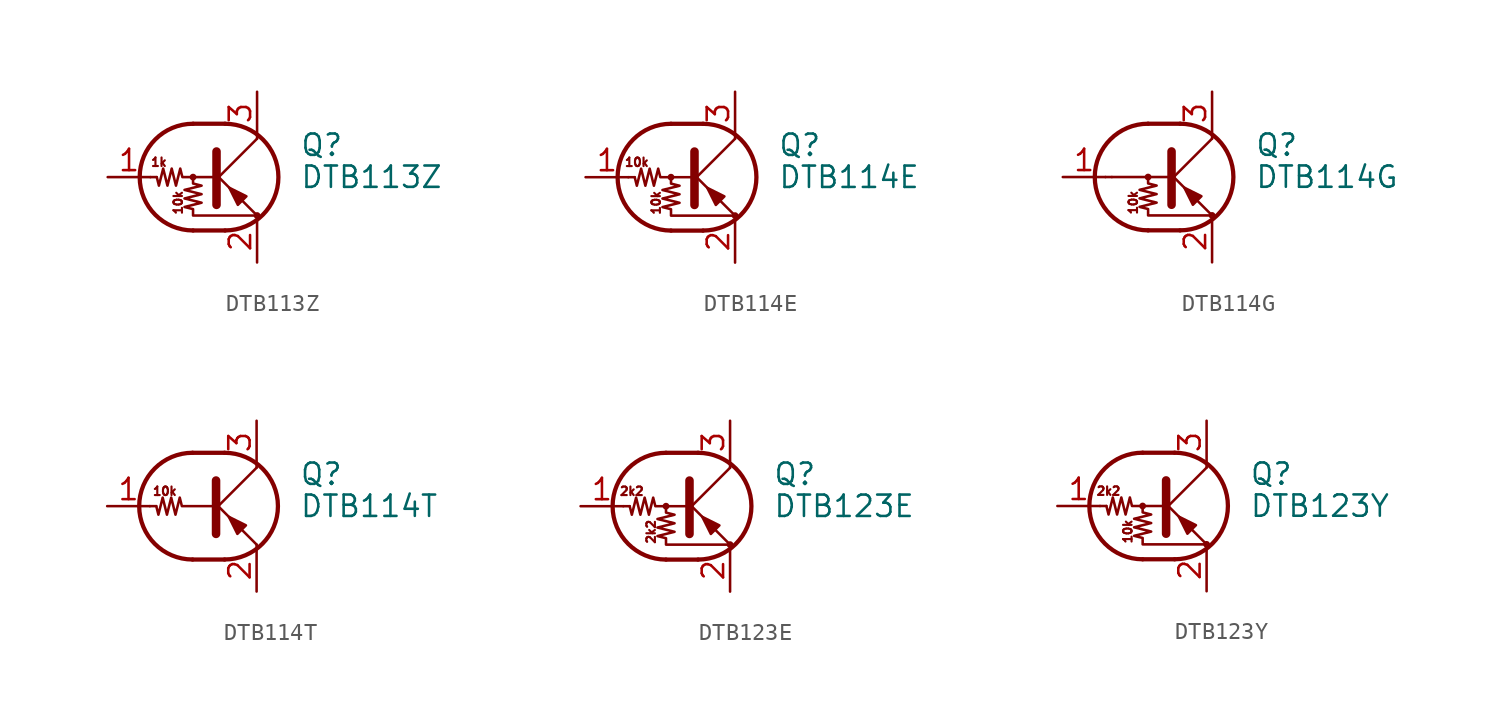
<source format=kicad_sym>
(kicad_symbol_lib
  (version 20220914)
  (generator kicad_symbol_editor)
  (symbol "DTB113Z"
    (pin_names
      (offset 0) hide)
    (property "Reference" "Q"
      (at 5.08 1.905 0)
      (effects (font (size 1.27 1.27)) (justify left)))
    (property "Value" "DTB113Z"
      (at 5.08 0 0)
      (effects (font (size 1.27 1.27)) (justify left)))
    (symbol "DTB113Z_0_0"
      (text "10k" (at -2.159 -1.524 900) (effects (font (size 0.508 0.508))))
      (text "1k" (at -3.302 0.889 0) (effects (font (size 0.508 0.508)))))
    (symbol "DTB113Z_0_1"
      (circle (center -1.27 0) (radius 0.127) (stroke (width 0) (type solid)) (fill (type none)))
      (arc (start -1.27 3.175) (mid -4.4312 0) (end -1.27 -3.175) (stroke (width 0.254) (type solid)) (fill (type none)))
      (polyline (pts (xy -3.429 0) (xy -3.81 0)) (stroke (width 0) (type solid)) (fill (type none)))
      (polyline (pts (xy -1.27 -3.175) (xy 0.635 -3.175)) (stroke (width 0.254) (type solid)) (fill (type none)))
      (polyline (pts (xy -1.27 3.175) (xy 0.635 3.175)) (stroke (width 0.254) (type solid)) (fill (type none)))
      (polyline (pts (xy 0 -0.254) (xy 2.54 2.286)) (stroke (width 0) (type solid)) (fill (type none)))
      (polyline (pts (xy 0.127 1.524) (xy 0.127 -1.651)) (stroke (width 0.508) (type solid)) (fill (type outline)))
      (polyline (pts (xy 2.54 2.286) (xy 2.54 2.54)) (stroke (width 0) (type solid)) (fill (type none)))
      (polyline (pts (xy 2.54 -2.286) (xy 0 0.254) (xy 0 0.254)) (stroke (width 0) (type solid)) (fill (type none)))
      (polyline (pts (xy 1.397 -1.651) (xy 1.905 -1.143) (xy 0.889 -0.635) (xy 1.397 -1.651)) (stroke (width 0) (type solid)) (fill (type outline)))
      (polyline (pts (xy 0 0) (xy -1.905 0) (xy -2.032 0.508) (xy -2.286 -0.508) (xy -2.54 0.508) (xy -2.794 -0.508) (xy -3.048 0.508) (xy -3.302 -0.508) (xy -3.429 0)) (stroke (width 0) (type solid)) (fill (type none)))
      (polyline (pts (xy -1.27 0) (xy -1.27 -0.381) (xy -0.762 -0.508) (xy -1.778 -0.762) (xy -0.762 -1.016) (xy -1.778 -1.27) (xy -0.762 -1.524) (xy -1.778 -1.778) (xy -1.27 -1.905) (xy -1.27 -2.286) (xy 2.54 -2.286)) (stroke (width 0) (type solid)) (fill (type none)))
      (arc (start 0.635 -3.175) (mid 3.7962 0) (end 0.635 3.175) (stroke (width 0.254) (type solid)) (fill (type none)))
      (circle (center 2.54 -2.286) (radius 0.127) (stroke (width 0) (type solid)) (fill (type none))))
    (symbol "DTB113Z_1_1"
      (pin input line (at -6.35 0 0) (length 2.54) (name "B" (effects (font (size 1.27 1.27)))) (number "1" (effects (font (size 1.27 1.27)))))
      (pin passive line (at 2.54 -5.08 90) (length 2.54) (name "E" (effects (font (size 1.27 1.27)))) (number "2" (effects (font (size 1.27 1.27)))))
      (pin passive line (at 2.54 5.08 270) (length 2.54) (name "C" (effects (font (size 1.27 1.27)))) (number "3" (effects (font (size 1.27 1.27)))))))
  (symbol "DTB114E"
    (pin_names
      (offset 0) hide)
    (property "Reference" "Q"
      (at 5.08 1.905 0)
      (effects (font (size 1.27 1.27)) (justify left)))
    (property "Value" "DTB114E"
      (at 5.08 0 0)
      (effects (font (size 1.27 1.27)) (justify left)))
    (symbol "DTB114E_0_0"
      (text "10k" (at -3.302 0.889 0) (effects (font (size 0.508 0.508))))
      (text "10k" (at -2.159 -1.524 900) (effects (font (size 0.508 0.508)))))
    (symbol "DTB114E_0_1"
      (circle (center -1.27 0) (radius 0.127) (stroke (width 0) (type solid)) (fill (type none)))
      (arc (start -1.27 3.175) (mid -4.4312 0) (end -1.27 -3.175) (stroke (width 0.254) (type solid)) (fill (type none)))
      (polyline (pts (xy -3.429 0) (xy -3.81 0)) (stroke (width 0) (type solid)) (fill (type none)))
      (polyline (pts (xy -1.27 -3.175) (xy 0.635 -3.175)) (stroke (width 0.254) (type solid)) (fill (type none)))
      (polyline (pts (xy -1.27 3.175) (xy 0.635 3.175)) (stroke (width 0.254) (type solid)) (fill (type none)))
      (polyline (pts (xy 0 -0.254) (xy 2.54 2.286)) (stroke (width 0) (type solid)) (fill (type none)))
      (polyline (pts (xy 0.127 1.524) (xy 0.127 -1.651)) (stroke (width 0.508) (type solid)) (fill (type outline)))
      (polyline (pts (xy 2.54 2.286) (xy 2.54 2.54)) (stroke (width 0) (type solid)) (fill (type none)))
      (polyline (pts (xy 2.54 -2.286) (xy 0 0.254) (xy 0 0.254)) (stroke (width 0) (type solid)) (fill (type none)))
      (polyline (pts (xy 1.397 -1.651) (xy 1.905 -1.143) (xy 0.889 -0.635) (xy 1.397 -1.651)) (stroke (width 0) (type solid)) (fill (type outline)))
      (polyline (pts (xy 0 0) (xy -1.905 0) (xy -2.032 0.508) (xy -2.286 -0.508) (xy -2.54 0.508) (xy -2.794 -0.508) (xy -3.048 0.508) (xy -3.302 -0.508) (xy -3.429 0)) (stroke (width 0) (type solid)) (fill (type none)))
      (polyline (pts (xy -1.27 0) (xy -1.27 -0.381) (xy -0.762 -0.508) (xy -1.778 -0.762) (xy -0.762 -1.016) (xy -1.778 -1.27) (xy -0.762 -1.524) (xy -1.778 -1.778) (xy -1.27 -1.905) (xy -1.27 -2.286) (xy 2.54 -2.286)) (stroke (width 0) (type solid)) (fill (type none)))
      (arc (start 0.635 -3.175) (mid 3.7962 0) (end 0.635 3.175) (stroke (width 0.254) (type solid)) (fill (type none)))
      (circle (center 2.54 -2.286) (radius 0.127) (stroke (width 0) (type solid)) (fill (type none))))
    (symbol "DTB114E_1_1"
      (pin input line (at -6.35 0 0) (length 2.54) (name "B" (effects (font (size 1.27 1.27)))) (number "1" (effects (font (size 1.27 1.27)))))
      (pin passive line (at 2.54 -5.08 90) (length 2.54) (name "E" (effects (font (size 1.27 1.27)))) (number "2" (effects (font (size 1.27 1.27)))))
      (pin passive line (at 2.54 5.08 270) (length 2.54) (name "C" (effects (font (size 1.27 1.27)))) (number "3" (effects (font (size 1.27 1.27)))))))
  (symbol "DTB114G"
    (pin_names
      (offset 0) hide)
    (property "Reference" "Q"
      (at 5.08 1.905 0)
      (effects (font (size 1.27 1.27)) (justify left)))
    (property "Value" "DTB114G"
      (at 5.08 0 0)
      (effects (font (size 1.27 1.27)) (justify left)))
    (symbol "DTB114G_0_0"
      (polyline (pts (xy -3.429 0) (xy 0 0)) (stroke (width 0) (type solid)) (fill (type none)))
      (text "10k" (at -2.159 -1.524 900) (effects (font (size 0.508 0.508)))))
    (symbol "DTB114G_0_1"
      (circle (center -1.27 0) (radius 0.127) (stroke (width 0) (type solid)) (fill (type none)))
      (arc (start -1.27 3.175) (mid -4.4312 0) (end -1.27 -3.175) (stroke (width 0.254) (type solid)) (fill (type none)))
      (polyline (pts (xy -3.429 0) (xy -3.81 0)) (stroke (width 0) (type solid)) (fill (type none)))
      (polyline (pts (xy -1.27 -3.175) (xy 0.635 -3.175)) (stroke (width 0.254) (type solid)) (fill (type none)))
      (polyline (pts (xy -1.27 3.175) (xy 0.635 3.175)) (stroke (width 0.254) (type solid)) (fill (type none)))
      (polyline (pts (xy 0 -0.254) (xy 2.54 2.286)) (stroke (width 0) (type solid)) (fill (type none)))
      (polyline (pts (xy 0.127 1.524) (xy 0.127 -1.651)) (stroke (width 0.508) (type solid)) (fill (type outline)))
      (polyline (pts (xy 2.54 2.286) (xy 2.54 2.54)) (stroke (width 0) (type solid)) (fill (type none)))
      (polyline (pts (xy 2.54 -2.286) (xy 0 0.254) (xy 0 0.254)) (stroke (width 0) (type solid)) (fill (type none)))
      (polyline (pts (xy 1.397 -1.651) (xy 1.905 -1.143) (xy 0.889 -0.635) (xy 1.397 -1.651)) (stroke (width 0) (type solid)) (fill (type outline)))
      (polyline (pts (xy -1.27 0) (xy -1.27 -0.381) (xy -0.762 -0.508) (xy -1.778 -0.762) (xy -0.762 -1.016) (xy -1.778 -1.27) (xy -0.762 -1.524) (xy -1.778 -1.778) (xy -1.27 -1.905) (xy -1.27 -2.286) (xy 2.54 -2.286)) (stroke (width 0) (type solid)) (fill (type none)))
      (arc (start 0.635 -3.175) (mid 3.7962 0) (end 0.635 3.175) (stroke (width 0.254) (type solid)) (fill (type none)))
      (circle (center 2.54 -2.286) (radius 0.127) (stroke (width 0) (type solid)) (fill (type none))))
    (symbol "DTB114G_1_1"
      (pin input line (at -6.35 0 0) (length 2.54) (name "B" (effects (font (size 1.27 1.27)))) (number "1" (effects (font (size 1.27 1.27)))))
      (pin passive line (at 2.54 -5.08 90) (length 2.54) (name "E" (effects (font (size 1.27 1.27)))) (number "2" (effects (font (size 1.27 1.27)))))
      (pin passive line (at 2.54 5.08 270) (length 2.54) (name "C" (effects (font (size 1.27 1.27)))) (number "3" (effects (font (size 1.27 1.27)))))))
  (symbol "DTB114T"
    (pin_names
      (offset 0) hide)
    (property "Reference" "Q"
      (at 5.08 1.905 0)
      (effects (font (size 1.27 1.27)) (justify left)))
    (property "Value" "DTB114T"
      (at 5.08 0 0)
      (effects (font (size 1.27 1.27)) (justify left)))
    (symbol "DTB114T_0_0"
      (polyline (pts (xy 2.54 -2.286) (xy 2.54 -2.54)) (stroke (width 0) (type solid)) (fill (type none)))
      (text "10k" (at -2.921 0.889 0) (effects (font (size 0.508 0.508)))))
    (symbol "DTB114T_0_1"
      (arc (start -1.27 3.175) (mid -4.4312 0) (end -1.27 -3.175) (stroke (width 0.254) (type solid)) (fill (type none)))
      (polyline (pts (xy -3.429 0) (xy -3.81 0)) (stroke (width 0) (type solid)) (fill (type none)))
      (polyline (pts (xy -1.27 -3.175) (xy 0.635 -3.175)) (stroke (width 0.254) (type solid)) (fill (type none)))
      (polyline (pts (xy -1.27 3.175) (xy 0.635 3.175)) (stroke (width 0.254) (type solid)) (fill (type none)))
      (polyline (pts (xy 0 -0.254) (xy 2.54 2.286)) (stroke (width 0) (type solid)) (fill (type none)))
      (polyline (pts (xy 0.127 1.524) (xy 0.127 -1.651)) (stroke (width 0.508) (type solid)) (fill (type outline)))
      (polyline (pts (xy 2.54 2.286) (xy 2.54 2.54)) (stroke (width 0) (type solid)) (fill (type none)))
      (polyline (pts (xy 2.54 -2.286) (xy 0 0.254) (xy 0 0.254)) (stroke (width 0) (type solid)) (fill (type none)))
      (polyline (pts (xy 1.397 -1.651) (xy 1.905 -1.143) (xy 0.889 -0.635) (xy 1.397 -1.651)) (stroke (width 0) (type solid)) (fill (type outline)))
      (polyline (pts (xy 0 0) (xy -1.905 0) (xy -2.032 0.508) (xy -2.286 -0.508) (xy -2.54 0.508) (xy -2.794 -0.508) (xy -3.048 0.508) (xy -3.302 -0.508) (xy -3.429 0)) (stroke (width 0) (type solid)) (fill (type none)))
      (arc (start 0.635 -3.175) (mid 3.7962 0) (end 0.635 3.175) (stroke (width 0.254) (type solid)) (fill (type none))))
    (symbol "DTB114T_1_1"
      (pin input line (at -6.35 0 0) (length 2.54) (name "B" (effects (font (size 1.27 1.27)))) (number "1" (effects (font (size 1.27 1.27)))))
      (pin passive line (at 2.54 -5.08 90) (length 2.54) (name "E" (effects (font (size 1.27 1.27)))) (number "2" (effects (font (size 1.27 1.27)))))
      (pin passive line (at 2.54 5.08 270) (length 2.54) (name "C" (effects (font (size 1.27 1.27)))) (number "3" (effects (font (size 1.27 1.27)))))))
  (symbol "DTB123E"
    (pin_names
      (offset 0) hide)
    (property "Reference" "Q"
      (at 5.08 1.905 0)
      (effects (font (size 1.27 1.27)) (justify left)))
    (property "Value" "DTB123E"
      (at 5.08 0 0)
      (effects (font (size 1.27 1.27)) (justify left)))
    (symbol "DTB123E_0_0"
      (text "2k2" (at -3.302 0.889 0) (effects (font (size 0.508 0.508))))
      (text "2k2" (at -2.159 -1.524 900) (effects (font (size 0.508 0.508)))))
    (symbol "DTB123E_0_1"
      (circle (center -1.27 0) (radius 0.127) (stroke (width 0) (type solid)) (fill (type none)))
      (arc (start -1.27 3.175) (mid -4.4312 0) (end -1.27 -3.175) (stroke (width 0.254) (type solid)) (fill (type none)))
      (polyline (pts (xy -3.429 0) (xy -3.81 0)) (stroke (width 0) (type solid)) (fill (type none)))
      (polyline (pts (xy -1.27 -3.175) (xy 0.635 -3.175)) (stroke (width 0.254) (type solid)) (fill (type none)))
      (polyline (pts (xy -1.27 3.175) (xy 0.635 3.175)) (stroke (width 0.254) (type solid)) (fill (type none)))
      (polyline (pts (xy 0 -0.254) (xy 2.54 2.286)) (stroke (width 0) (type solid)) (fill (type none)))
      (polyline (pts (xy 0.127 1.524) (xy 0.127 -1.651)) (stroke (width 0.508) (type solid)) (fill (type outline)))
      (polyline (pts (xy 2.54 2.286) (xy 2.54 2.54)) (stroke (width 0) (type solid)) (fill (type none)))
      (polyline (pts (xy 2.54 -2.286) (xy 0 0.254) (xy 0 0.254)) (stroke (width 0) (type solid)) (fill (type none)))
      (polyline (pts (xy 1.397 -1.651) (xy 1.905 -1.143) (xy 0.889 -0.635) (xy 1.397 -1.651)) (stroke (width 0) (type solid)) (fill (type outline)))
      (polyline (pts (xy 0 0) (xy -1.905 0) (xy -2.032 0.508) (xy -2.286 -0.508) (xy -2.54 0.508) (xy -2.794 -0.508) (xy -3.048 0.508) (xy -3.302 -0.508) (xy -3.429 0)) (stroke (width 0) (type solid)) (fill (type none)))
      (polyline (pts (xy -1.27 0) (xy -1.27 -0.381) (xy -0.762 -0.508) (xy -1.778 -0.762) (xy -0.762 -1.016) (xy -1.778 -1.27) (xy -0.762 -1.524) (xy -1.778 -1.778) (xy -1.27 -1.905) (xy -1.27 -2.286) (xy 2.54 -2.286)) (stroke (width 0) (type solid)) (fill (type none)))
      (arc (start 0.635 -3.175) (mid 3.7962 0) (end 0.635 3.175) (stroke (width 0.254) (type solid)) (fill (type none)))
      (circle (center 2.54 -2.286) (radius 0.127) (stroke (width 0) (type solid)) (fill (type none))))
    (symbol "DTB123E_1_1"
      (pin input line (at -6.35 0 0) (length 2.54) (name "B" (effects (font (size 1.27 1.27)))) (number "1" (effects (font (size 1.27 1.27)))))
      (pin passive line (at 2.54 -5.08 90) (length 2.54) (name "E" (effects (font (size 1.27 1.27)))) (number "2" (effects (font (size 1.27 1.27)))))
      (pin passive line (at 2.54 5.08 270) (length 2.54) (name "C" (effects (font (size 1.27 1.27)))) (number "3" (effects (font (size 1.27 1.27)))))))
  (symbol "DTB123Y"
    (pin_names
      (offset 0) hide)
    (property "Reference" "Q"
      (at 5.08 1.905 0)
      (effects (font (size 1.27 1.27)) (justify left)))
    (property "Value" "DTB123Y"
      (at 5.08 0 0)
      (effects (font (size 1.27 1.27)) (justify left)))
    (symbol "DTB123Y_0_0"
      (text "10k" (at -2.159 -1.524 900) (effects (font (size 0.508 0.508))))
      (text "2k2" (at -3.302 0.889 0) (effects (font (size 0.508 0.508)))))
    (symbol "DTB123Y_0_1"
      (circle (center -1.27 0) (radius 0.127) (stroke (width 0) (type solid)) (fill (type none)))
      (arc (start -1.27 3.175) (mid -4.4312 0) (end -1.27 -3.175) (stroke (width 0.254) (type solid)) (fill (type none)))
      (polyline (pts (xy -3.429 0) (xy -3.81 0)) (stroke (width 0) (type solid)) (fill (type none)))
      (polyline (pts (xy -1.27 -3.175) (xy 0.635 -3.175)) (stroke (width 0.254) (type solid)) (fill (type none)))
      (polyline (pts (xy -1.27 3.175) (xy 0.635 3.175)) (stroke (width 0.254) (type solid)) (fill (type none)))
      (polyline (pts (xy 0 -0.254) (xy 2.54 2.286)) (stroke (width 0) (type solid)) (fill (type none)))
      (polyline (pts (xy 0.127 1.524) (xy 0.127 -1.651)) (stroke (width 0.508) (type solid)) (fill (type outline)))
      (polyline (pts (xy 2.54 2.286) (xy 2.54 2.54)) (stroke (width 0) (type solid)) (fill (type none)))
      (polyline (pts (xy 2.54 -2.286) (xy 0 0.254) (xy 0 0.254)) (stroke (width 0) (type solid)) (fill (type none)))
      (polyline (pts (xy 1.397 -1.651) (xy 1.905 -1.143) (xy 0.889 -0.635) (xy 1.397 -1.651)) (stroke (width 0) (type solid)) (fill (type outline)))
      (polyline (pts (xy 0 0) (xy -1.905 0) (xy -2.032 0.508) (xy -2.286 -0.508) (xy -2.54 0.508) (xy -2.794 -0.508) (xy -3.048 0.508) (xy -3.302 -0.508) (xy -3.429 0)) (stroke (width 0) (type solid)) (fill (type none)))
      (polyline (pts (xy -1.27 0) (xy -1.27 -0.381) (xy -0.762 -0.508) (xy -1.778 -0.762) (xy -0.762 -1.016) (xy -1.778 -1.27) (xy -0.762 -1.524) (xy -1.778 -1.778) (xy -1.27 -1.905) (xy -1.27 -2.286) (xy 2.54 -2.286)) (stroke (width 0) (type solid)) (fill (type none)))
      (arc (start 0.635 -3.175) (mid 3.7962 0) (end 0.635 3.175) (stroke (width 0.254) (type solid)) (fill (type none)))
      (circle (center 2.54 -2.286) (radius 0.127) (stroke (width 0) (type solid)) (fill (type none))))
    (symbol "DTB123Y_1_1"
      (pin input line (at -6.35 0 0) (length 2.54) (name "B" (effects (font (size 1.27 1.27)))) (number "1" (effects (font (size 1.27 1.27)))))
      (pin passive line (at 2.54 -5.08 90) (length 2.54) (name "E" (effects (font (size 1.27 1.27)))) (number "2" (effects (font (size 1.27 1.27)))))
      (pin passive line (at 2.54 5.08 270) (length 2.54) (name "C" (effects (font (size 1.27 1.27)))) (number "3" (effects (font (size 1.27 1.27))))))))
</source>
